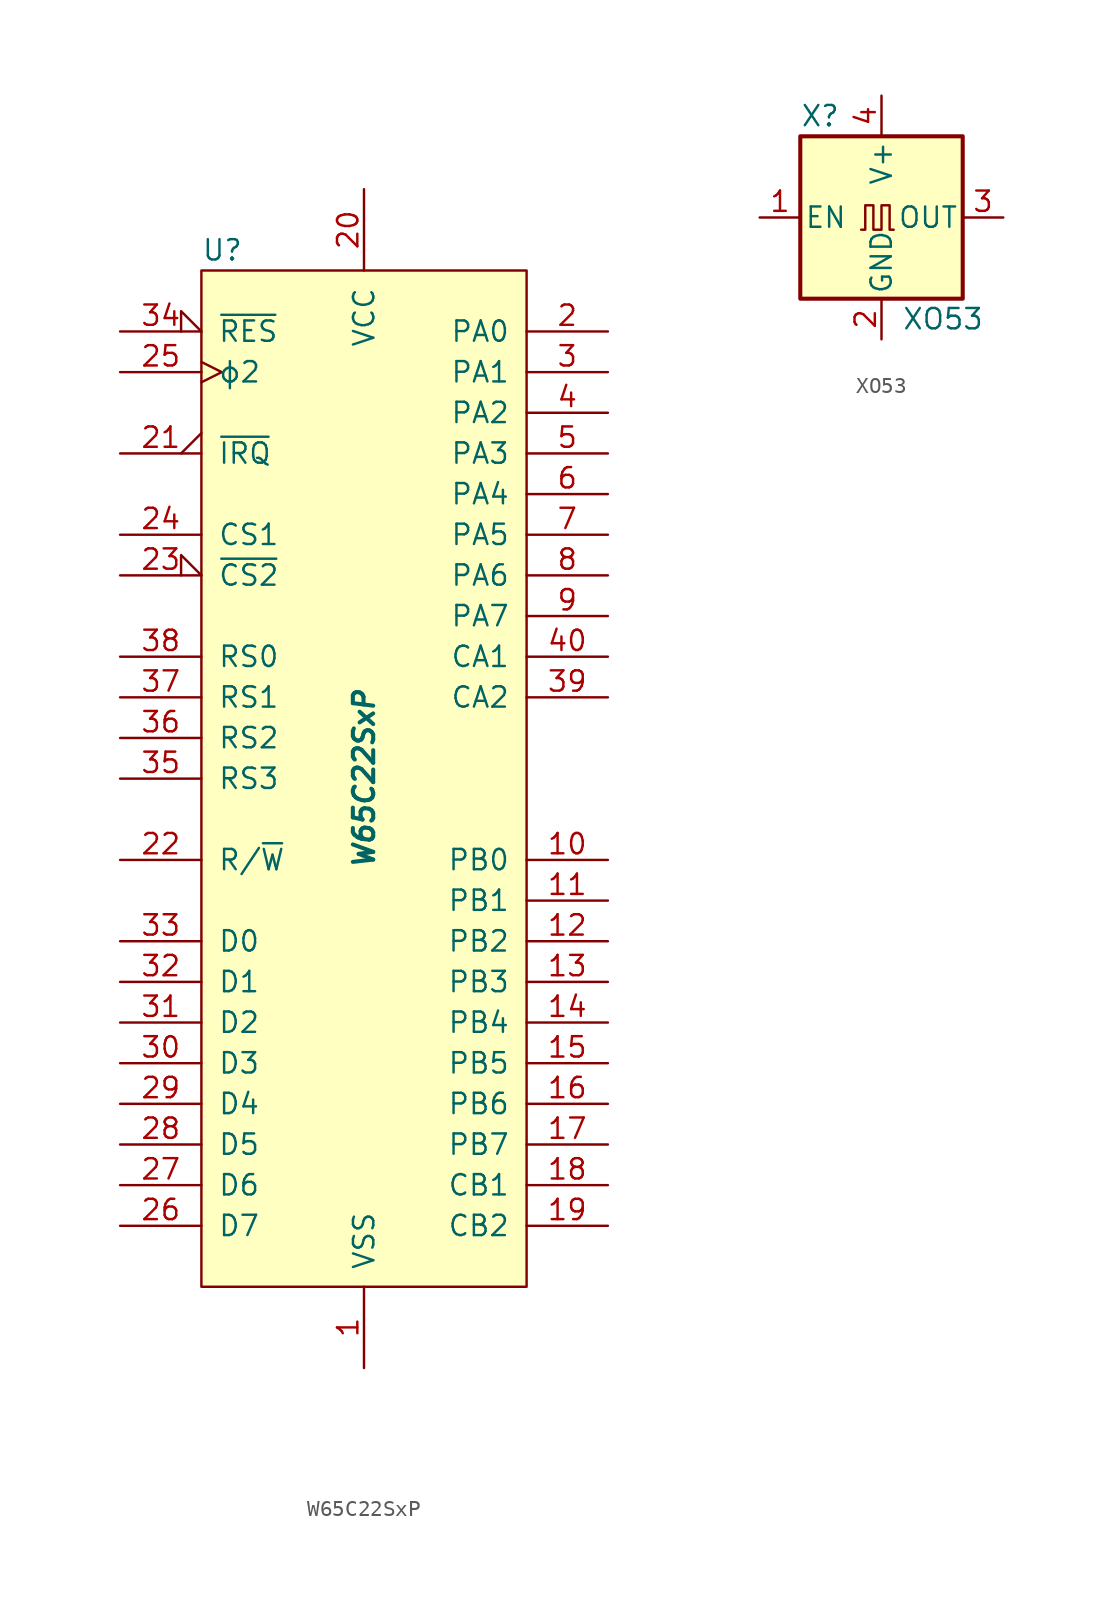
<source format=kicad_sym>
(kicad_symbol_lib
  (version 20220914)
  (generator kicad_symbol_editor)
  (symbol "W65C22SxP"
    (pin_names
      (offset 1.016))
    (property "Reference" "U"
      (at -10.16 33.02 0)
      (effects (font (size 1.27 1.27)) (justify left)))
    (property "Value" "W65C22SxP"
      (at 0 0 90)
      (effects (font (size 1.27 1.27) bold italic)))
    (symbol "W65C22SxP_0_1"
      (rectangle (start -10.16 31.75) (end 10.16 -31.75) (stroke (width 0) (type solid)) (fill (type background))))
    (symbol "W65C22SxP_1_1"
      (pin power_in line (at 0 -36.83 90) (length 5.08) (name "VSS" (effects (font (size 1.27 1.27)))) (number "1" (effects (font (size 1.27 1.27)))))
      (pin bidirectional line (at 15.24 -5.08 180) (length 5.08) (name "PB0" (effects (font (size 1.27 1.27)))) (number "10" (effects (font (size 1.27 1.27)))))
      (pin bidirectional line (at 15.24 -7.62 180) (length 5.08) (name "PB1" (effects (font (size 1.27 1.27)))) (number "11" (effects (font (size 1.27 1.27)))))
      (pin bidirectional line (at 15.24 -10.16 180) (length 5.08) (name "PB2" (effects (font (size 1.27 1.27)))) (number "12" (effects (font (size 1.27 1.27)))))
      (pin bidirectional line (at 15.24 -12.7 180) (length 5.08) (name "PB3" (effects (font (size 1.27 1.27)))) (number "13" (effects (font (size 1.27 1.27)))))
      (pin bidirectional line (at 15.24 -15.24 180) (length 5.08) (name "PB4" (effects (font (size 1.27 1.27)))) (number "14" (effects (font (size 1.27 1.27)))))
      (pin bidirectional line (at 15.24 -17.78 180) (length 5.08) (name "PB5" (effects (font (size 1.27 1.27)))) (number "15" (effects (font (size 1.27 1.27)))))
      (pin bidirectional line (at 15.24 -20.32 180) (length 5.08) (name "PB6" (effects (font (size 1.27 1.27)))) (number "16" (effects (font (size 1.27 1.27)))))
      (pin bidirectional line (at 15.24 -22.86 180) (length 5.08) (name "PB7" (effects (font (size 1.27 1.27)))) (number "17" (effects (font (size 1.27 1.27)))))
      (pin input line (at 15.24 -25.4 180) (length 5.08) (name "CB1" (effects (font (size 1.27 1.27)))) (number "18" (effects (font (size 1.27 1.27)))))
      (pin bidirectional line (at 15.24 -27.94 180) (length 5.08) (name "CB2" (effects (font (size 1.27 1.27)))) (number "19" (effects (font (size 1.27 1.27)))))
      (pin bidirectional line (at 15.24 27.94 180) (length 5.08) (name "PA0" (effects (font (size 1.27 1.27)))) (number "2" (effects (font (size 1.27 1.27)))))
      (pin power_in line (at 0 36.83 270) (length 5.08) (name "VCC" (effects (font (size 1.27 1.27)))) (number "20" (effects (font (size 1.27 1.27)))))
      (pin output output_low (at -15.24 20.32 0) (length 5.08) (name "~{IRQ}" (effects (font (size 1.27 1.27)))) (number "21" (effects (font (size 1.27 1.27)))))
      (pin input line (at -15.24 -5.08 0) (length 5.08) (name "R/~{W}" (effects (font (size 1.27 1.27)))) (number "22" (effects (font (size 1.27 1.27)))))
      (pin input input_low (at -15.24 12.7 0) (length 5.08) (name "~{CS2}" (effects (font (size 1.27 1.27)))) (number "23" (effects (font (size 1.27 1.27)))))
      (pin input line (at -15.24 15.24 0) (length 5.08) (name "CS1" (effects (font (size 1.27 1.27)))) (number "24" (effects (font (size 1.27 1.27)))))
      (pin input clock (at -15.24 25.4 0) (length 5.08) (name "ϕ2" (effects (font (size 1.27 1.27)))) (number "25" (effects (font (size 1.27 1.27)))))
      (pin bidirectional line (at -15.24 -27.94 0) (length 5.08) (name "D7" (effects (font (size 1.27 1.27)))) (number "26" (effects (font (size 1.27 1.27)))))
      (pin bidirectional line (at -15.24 -25.4 0) (length 5.08) (name "D6" (effects (font (size 1.27 1.27)))) (number "27" (effects (font (size 1.27 1.27)))))
      (pin bidirectional line (at -15.24 -22.86 0) (length 5.08) (name "D5" (effects (font (size 1.27 1.27)))) (number "28" (effects (font (size 1.27 1.27)))))
      (pin bidirectional line (at -15.24 -20.32 0) (length 5.08) (name "D4" (effects (font (size 1.27 1.27)))) (number "29" (effects (font (size 1.27 1.27)))))
      (pin bidirectional line (at 15.24 25.4 180) (length 5.08) (name "PA1" (effects (font (size 1.27 1.27)))) (number "3" (effects (font (size 1.27 1.27)))))
      (pin bidirectional line (at -15.24 -17.78 0) (length 5.08) (name "D3" (effects (font (size 1.27 1.27)))) (number "30" (effects (font (size 1.27 1.27)))))
      (pin bidirectional line (at -15.24 -15.24 0) (length 5.08) (name "D2" (effects (font (size 1.27 1.27)))) (number "31" (effects (font (size 1.27 1.27)))))
      (pin bidirectional line (at -15.24 -12.7 0) (length 5.08) (name "D1" (effects (font (size 1.27 1.27)))) (number "32" (effects (font (size 1.27 1.27)))))
      (pin bidirectional line (at -15.24 -10.16 0) (length 5.08) (name "D0" (effects (font (size 1.27 1.27)))) (number "33" (effects (font (size 1.27 1.27)))))
      (pin input input_low (at -15.24 27.94 0) (length 5.08) (name "~{RES}" (effects (font (size 1.27 1.27)))) (number "34" (effects (font (size 1.27 1.27)))))
      (pin input line (at -15.24 0 0) (length 5.08) (name "RS3" (effects (font (size 1.27 1.27)))) (number "35" (effects (font (size 1.27 1.27)))))
      (pin input line (at -15.24 2.54 0) (length 5.08) (name "RS2" (effects (font (size 1.27 1.27)))) (number "36" (effects (font (size 1.27 1.27)))))
      (pin input line (at -15.24 5.08 0) (length 5.08) (name "RS1" (effects (font (size 1.27 1.27)))) (number "37" (effects (font (size 1.27 1.27)))))
      (pin input line (at -15.24 7.62 0) (length 5.08) (name "RS0" (effects (font (size 1.27 1.27)))) (number "38" (effects (font (size 1.27 1.27)))))
      (pin bidirectional line (at 15.24 5.08 180) (length 5.08) (name "CA2" (effects (font (size 1.27 1.27)))) (number "39" (effects (font (size 1.27 1.27)))))
      (pin bidirectional line (at 15.24 22.86 180) (length 5.08) (name "PA2" (effects (font (size 1.27 1.27)))) (number "4" (effects (font (size 1.27 1.27)))))
      (pin input line (at 15.24 7.62 180) (length 5.08) (name "CA1" (effects (font (size 1.27 1.27)))) (number "40" (effects (font (size 1.27 1.27)))))
      (pin bidirectional line (at 15.24 20.32 180) (length 5.08) (name "PA3" (effects (font (size 1.27 1.27)))) (number "5" (effects (font (size 1.27 1.27)))))
      (pin bidirectional line (at 15.24 17.78 180) (length 5.08) (name "PA4" (effects (font (size 1.27 1.27)))) (number "6" (effects (font (size 1.27 1.27)))))
      (pin bidirectional line (at 15.24 15.24 180) (length 5.08) (name "PA5" (effects (font (size 1.27 1.27)))) (number "7" (effects (font (size 1.27 1.27)))))
      (pin bidirectional line (at 15.24 12.7 180) (length 5.08) (name "PA6" (effects (font (size 1.27 1.27)))) (number "8" (effects (font (size 1.27 1.27)))))
      (pin bidirectional line (at 15.24 10.16 180) (length 5.08) (name "PA7" (effects (font (size 1.27 1.27)))) (number "9" (effects (font (size 1.27 1.27)))))))
  (symbol "XO53"
    (pin_names
      (offset 0.254))
    (property "Reference" "X"
      (at -5.08 6.35 0)
      (effects (font (size 1.27 1.27)) (justify left)))
    (property "Value" "XO53"
      (at 1.27 -6.35 0)
      (effects (font (size 1.27 1.27)) (justify left)))
    (symbol "XO53_0_1"
      (rectangle (start -5.08 5.08) (end 5.08 -5.08) (stroke (width 0.254) (type solid)) (fill (type background)))
      (polyline (pts (xy 0.762 -0.762) (xy 0.508 -0.762) (xy 0.508 0.762) (xy 0 0.762) (xy 0 -0.762) (xy -0.508 -0.762) (xy -0.508 0.762) (xy -1.016 0.762) (xy -1.016 -0.762) (xy -1.27 -0.762)) (stroke (width 0) (type solid)) (fill (type none))))
    (symbol "XO53_1_1"
      (pin input line (at -7.62 0 0) (length 2.54) (name "EN" (effects (font (size 1.27 1.27)))) (number "1" (effects (font (size 1.27 1.27)))))
      (pin power_in line (at 0 -7.62 90) (length 2.54) (name "GND" (effects (font (size 1.27 1.27)))) (number "2" (effects (font (size 1.27 1.27)))))
      (pin output line (at 7.62 0 180) (length 2.54) (name "OUT" (effects (font (size 1.27 1.27)))) (number "3" (effects (font (size 1.27 1.27)))))
      (pin power_in line (at 0 7.62 270) (length 2.54) (name "V+" (effects (font (size 1.27 1.27)))) (number "4" (effects (font (size 1.27 1.27))))))))
</source>
